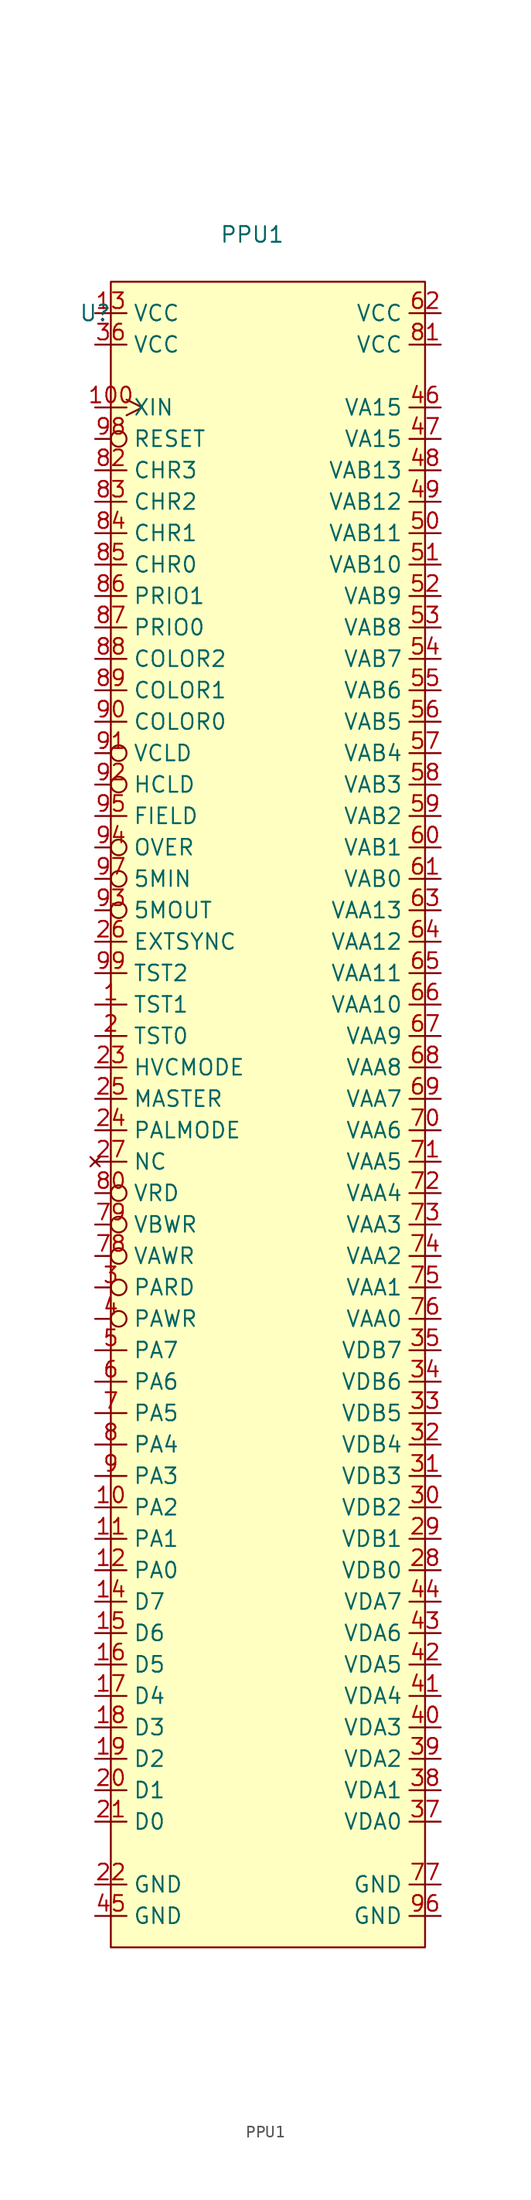
<source format=kicad_sym>
(kicad_symbol_lib
  (version 20220914)
  (generator kicad_symbol_editor)
  (symbol "PPU1"
    (property "Reference" "U"
      (at -12.7 1.27 0)
      (effects (font (size 1.27 1.27))))
    (property "Value" "PPU1"
      (at 0 7.62 0)
      (effects (font (size 1.27 1.27))))
    (symbol "PPU1_0_0"
      (pin input line (at -12.7 -54.61 0) (length 2.54) (name "TST1" (effects (font (size 1.27 1.27)))) (number "1" (effects (font (size 1.27 1.27)))))
      (pin input line (at -12.7 -95.25 0) (length 2.54) (name "PA2" (effects (font (size 1.27 1.27)))) (number "10" (effects (font (size 1.27 1.27)))))
      (pin input clock (at -12.7 -6.35 0) (length 2.54) (name "XIN" (effects (font (size 1.27 1.27)))) (number "100" (effects (font (size 1.27 1.27)))))
      (pin input line (at -12.7 -97.79 0) (length 2.54) (name "PA1" (effects (font (size 1.27 1.27)))) (number "11" (effects (font (size 1.27 1.27)))))
      (pin input line (at -12.7 -100.33 0) (length 2.54) (name "PA0" (effects (font (size 1.27 1.27)))) (number "12" (effects (font (size 1.27 1.27)))))
      (pin power_in line (at -12.7 1.27 0) (length 2.54) (name "VCC" (effects (font (size 1.27 1.27)))) (number "13" (effects (font (size 1.27 1.27)))))
      (pin bidirectional line (at -12.7 -102.87 0) (length 2.54) (name "D7" (effects (font (size 1.27 1.27)))) (number "14" (effects (font (size 1.27 1.27)))))
      (pin bidirectional line (at -12.7 -105.41 0) (length 2.54) (name "D6" (effects (font (size 1.27 1.27)))) (number "15" (effects (font (size 1.27 1.27)))))
      (pin bidirectional line (at -12.7 -107.95 0) (length 2.54) (name "D5" (effects (font (size 1.27 1.27)))) (number "16" (effects (font (size 1.27 1.27)))))
      (pin bidirectional line (at -12.7 -110.49 0) (length 2.54) (name "D4" (effects (font (size 1.27 1.27)))) (number "17" (effects (font (size 1.27 1.27)))))
      (pin bidirectional line (at -12.7 -113.03 0) (length 2.54) (name "D3" (effects (font (size 1.27 1.27)))) (number "18" (effects (font (size 1.27 1.27)))))
      (pin bidirectional line (at -12.7 -115.57 0) (length 2.54) (name "D2" (effects (font (size 1.27 1.27)))) (number "19" (effects (font (size 1.27 1.27)))))
      (pin input line (at -12.7 -57.15 0) (length 2.54) (name "TST0" (effects (font (size 1.27 1.27)))) (number "2" (effects (font (size 1.27 1.27)))))
      (pin bidirectional line (at -12.7 -118.11 0) (length 2.54) (name "D1" (effects (font (size 1.27 1.27)))) (number "20" (effects (font (size 1.27 1.27)))))
      (pin bidirectional line (at -12.7 -120.65 0) (length 2.54) (name "D0" (effects (font (size 1.27 1.27)))) (number "21" (effects (font (size 1.27 1.27)))))
      (pin power_in line (at -12.7 -125.73 0) (length 2.54) (name "GND" (effects (font (size 1.27 1.27)))) (number "22" (effects (font (size 1.27 1.27)))))
      (pin input line (at -12.7 -59.69 0) (length 2.54) (name "HVCMODE" (effects (font (size 1.27 1.27)))) (number "23" (effects (font (size 1.27 1.27)))))
      (pin input line (at -12.7 -64.77 0) (length 2.54) (name "PALMODE" (effects (font (size 1.27 1.27)))) (number "24" (effects (font (size 1.27 1.27)))))
      (pin input line (at -12.7 -62.23 0) (length 2.54) (name "MASTER" (effects (font (size 1.27 1.27)))) (number "25" (effects (font (size 1.27 1.27)))))
      (pin input line (at -12.7 -49.53 0) (length 2.54) (name "EXTSYNC" (effects (font (size 1.27 1.27)))) (number "26" (effects (font (size 1.27 1.27)))))
      (pin no_connect line (at -12.7 -67.31 0) (length 2.54) (name "NC" (effects (font (size 1.27 1.27)))) (number "27" (effects (font (size 1.27 1.27)))))
      (pin bidirectional line (at 15.24 -100.33 180) (length 2.54) (name "VDB0" (effects (font (size 1.27 1.27)))) (number "28" (effects (font (size 1.27 1.27)))))
      (pin bidirectional line (at 15.24 -97.79 180) (length 2.54) (name "VDB1" (effects (font (size 1.27 1.27)))) (number "29" (effects (font (size 1.27 1.27)))))
      (pin input inverted (at -12.7 -77.47 0) (length 2.54) (name "PARD" (effects (font (size 1.27 1.27)))) (number "3" (effects (font (size 1.27 1.27)))))
      (pin bidirectional line (at 15.24 -95.25 180) (length 2.54) (name "VDB2" (effects (font (size 1.27 1.27)))) (number "30" (effects (font (size 1.27 1.27)))))
      (pin bidirectional line (at 15.24 -92.71 180) (length 2.54) (name "VDB3" (effects (font (size 1.27 1.27)))) (number "31" (effects (font (size 1.27 1.27)))))
      (pin bidirectional line (at 15.24 -90.17 180) (length 2.54) (name "VDB4" (effects (font (size 1.27 1.27)))) (number "32" (effects (font (size 1.27 1.27)))))
      (pin bidirectional line (at 15.24 -87.63 180) (length 2.54) (name "VDB5" (effects (font (size 1.27 1.27)))) (number "33" (effects (font (size 1.27 1.27)))))
      (pin bidirectional line (at 15.24 -85.09 180) (length 2.54) (name "VDB6" (effects (font (size 1.27 1.27)))) (number "34" (effects (font (size 1.27 1.27)))))
      (pin bidirectional line (at 15.24 -82.55 180) (length 2.54) (name "VDB7" (effects (font (size 1.27 1.27)))) (number "35" (effects (font (size 1.27 1.27)))))
      (pin power_in line (at -12.7 -1.27 0) (length 2.54) (name "VCC" (effects (font (size 1.27 1.27)))) (number "36" (effects (font (size 1.27 1.27)))))
      (pin bidirectional line (at 15.24 -120.65 180) (length 2.54) (name "VDA0" (effects (font (size 1.27 1.27)))) (number "37" (effects (font (size 1.27 1.27)))))
      (pin bidirectional line (at 15.24 -118.11 180) (length 2.54) (name "VDA1" (effects (font (size 1.27 1.27)))) (number "38" (effects (font (size 1.27 1.27)))))
      (pin bidirectional line (at 15.24 -115.57 180) (length 2.54) (name "VDA2" (effects (font (size 1.27 1.27)))) (number "39" (effects (font (size 1.27 1.27)))))
      (pin input inverted (at -12.7 -80.01 0) (length 2.54) (name "PAWR" (effects (font (size 1.27 1.27)))) (number "4" (effects (font (size 1.27 1.27)))))
      (pin bidirectional line (at 15.24 -113.03 180) (length 2.54) (name "VDA3" (effects (font (size 1.27 1.27)))) (number "40" (effects (font (size 1.27 1.27)))))
      (pin bidirectional line (at 15.24 -110.49 180) (length 2.54) (name "VDA4" (effects (font (size 1.27 1.27)))) (number "41" (effects (font (size 1.27 1.27)))))
      (pin bidirectional line (at 15.24 -107.95 180) (length 2.54) (name "VDA5" (effects (font (size 1.27 1.27)))) (number "42" (effects (font (size 1.27 1.27)))))
      (pin bidirectional line (at 15.24 -105.41 180) (length 2.54) (name "VDA6" (effects (font (size 1.27 1.27)))) (number "43" (effects (font (size 1.27 1.27)))))
      (pin bidirectional line (at 15.24 -102.87 180) (length 2.54) (name "VDA7" (effects (font (size 1.27 1.27)))) (number "44" (effects (font (size 1.27 1.27)))))
      (pin power_in line (at -12.7 -128.27 0) (length 2.54) (name "GND" (effects (font (size 1.27 1.27)))) (number "45" (effects (font (size 1.27 1.27)))))
      (pin output line (at 15.24 -6.35 180) (length 2.54) (name "VA15" (effects (font (size 1.27 1.27)))) (number "46" (effects (font (size 1.27 1.27)))))
      (pin output line (at 15.24 -8.89 180) (length 2.54) (name "VA15" (effects (font (size 1.27 1.27)))) (number "47" (effects (font (size 1.27 1.27)))))
      (pin output line (at 15.24 -11.43 180) (length 2.54) (name "VAB13" (effects (font (size 1.27 1.27)))) (number "48" (effects (font (size 1.27 1.27)))))
      (pin output line (at 15.24 -13.97 180) (length 2.54) (name "VAB12" (effects (font (size 1.27 1.27)))) (number "49" (effects (font (size 1.27 1.27)))))
      (pin input line (at -12.7 -82.55 0) (length 2.54) (name "PA7" (effects (font (size 1.27 1.27)))) (number "5" (effects (font (size 1.27 1.27)))))
      (pin output line (at 15.24 -16.51 180) (length 2.54) (name "VAB11" (effects (font (size 1.27 1.27)))) (number "50" (effects (font (size 1.27 1.27)))))
      (pin output line (at 15.24 -19.05 180) (length 2.54) (name "VAB10" (effects (font (size 1.27 1.27)))) (number "51" (effects (font (size 1.27 1.27)))))
      (pin output line (at 15.24 -21.59 180) (length 2.54) (name "VAB9" (effects (font (size 1.27 1.27)))) (number "52" (effects (font (size 1.27 1.27)))))
      (pin output line (at 15.24 -24.13 180) (length 2.54) (name "VAB8" (effects (font (size 1.27 1.27)))) (number "53" (effects (font (size 1.27 1.27)))))
      (pin output line (at 15.24 -26.67 180) (length 2.54) (name "VAB7" (effects (font (size 1.27 1.27)))) (number "54" (effects (font (size 1.27 1.27)))))
      (pin output line (at 15.24 -29.21 180) (length 2.54) (name "VAB6" (effects (font (size 1.27 1.27)))) (number "55" (effects (font (size 1.27 1.27)))))
      (pin output line (at 15.24 -31.75 180) (length 2.54) (name "VAB5" (effects (font (size 1.27 1.27)))) (number "56" (effects (font (size 1.27 1.27)))))
      (pin output line (at 15.24 -34.29 180) (length 2.54) (name "VAB4" (effects (font (size 1.27 1.27)))) (number "57" (effects (font (size 1.27 1.27)))))
      (pin output line (at 15.24 -36.83 180) (length 2.54) (name "VAB3" (effects (font (size 1.27 1.27)))) (number "58" (effects (font (size 1.27 1.27)))))
      (pin output line (at 15.24 -39.37 180) (length 2.54) (name "VAB2" (effects (font (size 1.27 1.27)))) (number "59" (effects (font (size 1.27 1.27)))))
      (pin input line (at -12.7 -85.09 0) (length 2.54) (name "PA6" (effects (font (size 1.27 1.27)))) (number "6" (effects (font (size 1.27 1.27)))))
      (pin output line (at 15.24 -41.91 180) (length 2.54) (name "VAB1" (effects (font (size 1.27 1.27)))) (number "60" (effects (font (size 1.27 1.27)))))
      (pin output line (at 15.24 -44.45 180) (length 2.54) (name "VAB0" (effects (font (size 1.27 1.27)))) (number "61" (effects (font (size 1.27 1.27)))))
      (pin power_in line (at 15.24 1.27 180) (length 2.54) (name "VCC" (effects (font (size 1.27 1.27)))) (number "62" (effects (font (size 1.27 1.27)))))
      (pin output line (at 15.24 -46.99 180) (length 2.54) (name "VAA13" (effects (font (size 1.27 1.27)))) (number "63" (effects (font (size 1.27 1.27)))))
      (pin output line (at 15.24 -49.53 180) (length 2.54) (name "VAA12" (effects (font (size 1.27 1.27)))) (number "64" (effects (font (size 1.27 1.27)))))
      (pin output line (at 15.24 -52.07 180) (length 2.54) (name "VAA11" (effects (font (size 1.27 1.27)))) (number "65" (effects (font (size 1.27 1.27)))))
      (pin output line (at 15.24 -54.61 180) (length 2.54) (name "VAA10" (effects (font (size 1.27 1.27)))) (number "66" (effects (font (size 1.27 1.27)))))
      (pin output line (at 15.24 -57.15 180) (length 2.54) (name "VAA9" (effects (font (size 1.27 1.27)))) (number "67" (effects (font (size 1.27 1.27)))))
      (pin output line (at 15.24 -59.69 180) (length 2.54) (name "VAA8" (effects (font (size 1.27 1.27)))) (number "68" (effects (font (size 1.27 1.27)))))
      (pin output line (at 15.24 -62.23 180) (length 2.54) (name "VAA7" (effects (font (size 1.27 1.27)))) (number "69" (effects (font (size 1.27 1.27)))))
      (pin input line (at -12.7 -87.63 0) (length 2.54) (name "PA5" (effects (font (size 1.27 1.27)))) (number "7" (effects (font (size 1.27 1.27)))))
      (pin output line (at 15.24 -64.77 180) (length 2.54) (name "VAA6" (effects (font (size 1.27 1.27)))) (number "70" (effects (font (size 1.27 1.27)))))
      (pin output line (at 15.24 -67.31 180) (length 2.54) (name "VAA5" (effects (font (size 1.27 1.27)))) (number "71" (effects (font (size 1.27 1.27)))))
      (pin output line (at 15.24 -69.85 180) (length 2.54) (name "VAA4" (effects (font (size 1.27 1.27)))) (number "72" (effects (font (size 1.27 1.27)))))
      (pin output line (at 15.24 -72.39 180) (length 2.54) (name "VAA3" (effects (font (size 1.27 1.27)))) (number "73" (effects (font (size 1.27 1.27)))))
      (pin output line (at 15.24 -74.93 180) (length 2.54) (name "VAA2" (effects (font (size 1.27 1.27)))) (number "74" (effects (font (size 1.27 1.27)))))
      (pin output line (at 15.24 -77.47 180) (length 2.54) (name "VAA1" (effects (font (size 1.27 1.27)))) (number "75" (effects (font (size 1.27 1.27)))))
      (pin output line (at 15.24 -80.01 180) (length 2.54) (name "VAA0" (effects (font (size 1.27 1.27)))) (number "76" (effects (font (size 1.27 1.27)))))
      (pin power_in line (at 15.24 -125.73 180) (length 2.54) (name "GND" (effects (font (size 1.27 1.27)))) (number "77" (effects (font (size 1.27 1.27)))))
      (pin output inverted (at -12.7 -74.93 0) (length 2.54) (name "VAWR" (effects (font (size 1.27 1.27)))) (number "78" (effects (font (size 1.27 1.27)))))
      (pin output inverted (at -12.7 -72.39 0) (length 2.54) (name "VBWR" (effects (font (size 1.27 1.27)))) (number "79" (effects (font (size 1.27 1.27)))))
      (pin input line (at -12.7 -90.17 0) (length 2.54) (name "PA4" (effects (font (size 1.27 1.27)))) (number "8" (effects (font (size 1.27 1.27)))))
      (pin output inverted (at -12.7 -69.85 0) (length 2.54) (name "VRD" (effects (font (size 1.27 1.27)))) (number "80" (effects (font (size 1.27 1.27)))))
      (pin power_in line (at 15.24 -1.27 180) (length 2.54) (name "VCC" (effects (font (size 1.27 1.27)))) (number "81" (effects (font (size 1.27 1.27)))))
      (pin unspecified line (at -12.7 -11.43 0) (length 2.54) (name "CHR3" (effects (font (size 1.27 1.27)))) (number "82" (effects (font (size 1.27 1.27)))))
      (pin unspecified line (at -12.7 -13.97 0) (length 2.54) (name "CHR2" (effects (font (size 1.27 1.27)))) (number "83" (effects (font (size 1.27 1.27)))))
      (pin unspecified line (at -12.7 -16.51 0) (length 2.54) (name "CHR1" (effects (font (size 1.27 1.27)))) (number "84" (effects (font (size 1.27 1.27)))))
      (pin unspecified line (at -12.7 -19.05 0) (length 2.54) (name "CHR0" (effects (font (size 1.27 1.27)))) (number "85" (effects (font (size 1.27 1.27)))))
      (pin unspecified line (at -12.7 -21.59 0) (length 2.54) (name "PRIO1" (effects (font (size 1.27 1.27)))) (number "86" (effects (font (size 1.27 1.27)))))
      (pin unspecified line (at -12.7 -24.13 0) (length 2.54) (name "PRIO0" (effects (font (size 1.27 1.27)))) (number "87" (effects (font (size 1.27 1.27)))))
      (pin unspecified line (at -12.7 -26.67 0) (length 2.54) (name "COLOR2" (effects (font (size 1.27 1.27)))) (number "88" (effects (font (size 1.27 1.27)))))
      (pin unspecified line (at -12.7 -29.21 0) (length 2.54) (name "COLOR1" (effects (font (size 1.27 1.27)))) (number "89" (effects (font (size 1.27 1.27)))))
      (pin input line (at -12.7 -92.71 0) (length 2.54) (name "PA3" (effects (font (size 1.27 1.27)))) (number "9" (effects (font (size 1.27 1.27)))))
      (pin unspecified line (at -12.7 -31.75 0) (length 2.54) (name "COLOR0" (effects (font (size 1.27 1.27)))) (number "90" (effects (font (size 1.27 1.27)))))
      (pin unspecified inverted (at -12.7 -34.29 0) (length 2.54) (name "VCLD" (effects (font (size 1.27 1.27)))) (number "91" (effects (font (size 1.27 1.27)))))
      (pin unspecified inverted (at -12.7 -36.83 0) (length 2.54) (name "HCLD" (effects (font (size 1.27 1.27)))) (number "92" (effects (font (size 1.27 1.27)))))
      (pin output inverted (at -12.7 -46.99 0) (length 2.54) (name "5MOUT" (effects (font (size 1.27 1.27)))) (number "93" (effects (font (size 1.27 1.27)))))
      (pin unspecified inverted (at -12.7 -41.91 0) (length 2.54) (name "OVER" (effects (font (size 1.27 1.27)))) (number "94" (effects (font (size 1.27 1.27)))))
      (pin unspecified line (at -12.7 -39.37 0) (length 2.54) (name "FIELD" (effects (font (size 1.27 1.27)))) (number "95" (effects (font (size 1.27 1.27)))))
      (pin power_in line (at 15.24 -128.27 180) (length 2.54) (name "GND" (effects (font (size 1.27 1.27)))) (number "96" (effects (font (size 1.27 1.27)))))
      (pin input inverted (at -12.7 -44.45 0) (length 2.54) (name "5MIN" (effects (font (size 1.27 1.27)))) (number "97" (effects (font (size 1.27 1.27)))))
      (pin input inverted (at -12.7 -8.89 0) (length 2.54) (name "RESET" (effects (font (size 1.27 1.27)))) (number "98" (effects (font (size 1.27 1.27)))))
      (pin input line (at -12.7 -52.07 0) (length 2.54) (name "TST2" (effects (font (size 1.27 1.27)))) (number "99" (effects (font (size 1.27 1.27))))))
    (symbol "PPU1_0_1"
      (rectangle (start -11.43 3.81) (end 13.97 -130.81) (stroke (width 0) (type default)) (fill (type background))))))
</source>
